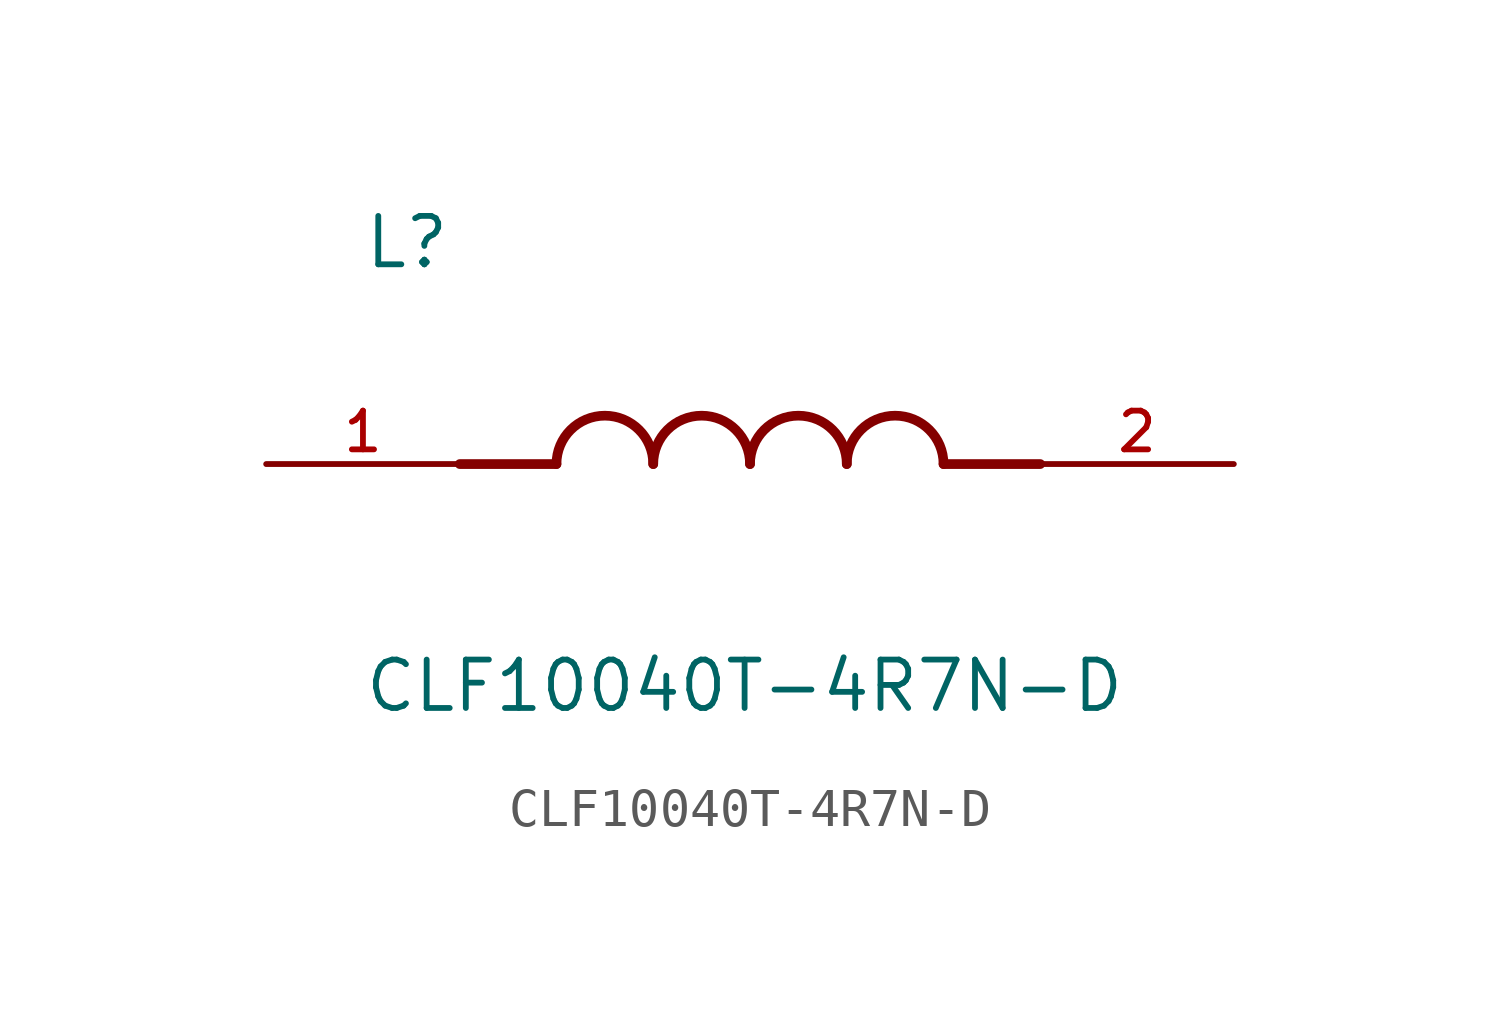
<source format=kicad_sym>
(kicad_symbol_lib
  (version 20211014)
  (generator kicad_symbol_editor)
  (symbol "CLF10040T-4R7N-D"
    (pin_names
      (offset 1.016))
    (property "Reference" "L"
      (at -10.16 5.08 0)
      (effects (font (size 1.27 1.27)) (justify bottom left)))
    (property "Value" "CLF10040T-4R7N-D"
      (at -10.16 -5.08 0)
      (effects (font (size 1.27 1.27)) (justify top left)))
    (symbol "CLF10040T-4R7N-D_0_0"
      (polyline (pts (xy -5.08 0.0) (xy -7.62 0.0)) (stroke (width 0.254)))
      (polyline (pts (xy 5.08 0.0) (xy 7.62 0.0)) (stroke (width 0.254)))
      (arc (start -2.54 0.0) (mid -3.81 1.27) (end -5.08 0.0) (stroke (width 0.254) (type default) (color 0 0 0 0)) (fill (type none)))
      (arc (start 0.0 0.0) (mid -1.27 1.27) (end -2.54 0.0) (stroke (width 0.254) (type default) (color 0 0 0 0)) (fill (type none)))
      (arc (start 2.54 0.0) (mid 1.27 1.27) (end 0.0 0.0) (stroke (width 0.254) (type default) (color 0 0 0 0)) (fill (type none)))
      (arc (start 5.08 0.0) (mid 3.81 1.27) (end 2.54 0.0) (stroke (width 0.254) (type default) (color 0 0 0 0)) (fill (type none)))
      (pin passive line (at -12.7 0.0 0) (length 5.08) (name "~" (effects (font (size 1.016 1.016)))) (number "1" (effects (font (size 1.016 1.016)))))
      (pin passive line (at 12.7 0.0 180.0) (length 5.08) (name "~" (effects (font (size 1.016 1.016)))) (number "2" (effects (font (size 1.016 1.016))))))))
</source>
